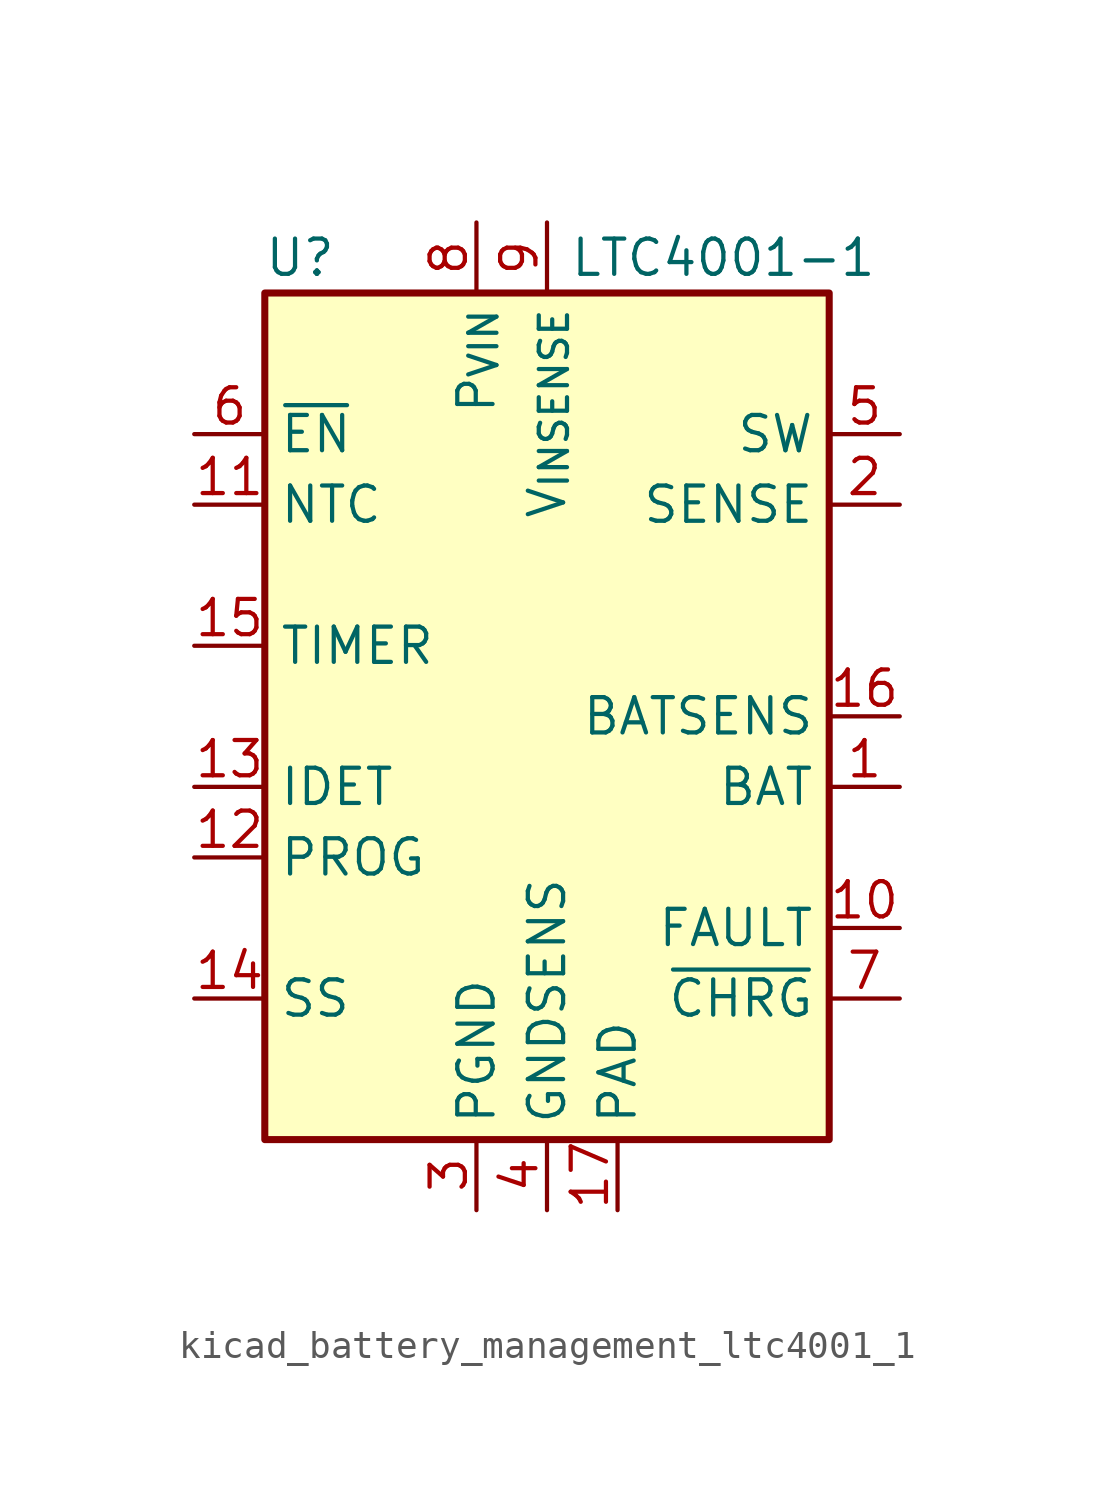
<source format=kicad_sym>
(kicad_symbol_lib
  (version 20220914)
  (generator kicad_symbol_editor)
  (symbol "kicad_battery_management_ltc4001_1"
    (property "Reference" "U"
      (at -8.89 16.51 0)
      (effects (font (size 1.27 1.27))))
    (property "Value" "LTC4001-1"
      (at 6.35 16.51 0)
      (effects (font (size 1.27 1.27))))
    (symbol "kicad_battery_management_ltc4001_1_0_1"
      (rectangle (start -10.16 15.24) (end 10.16 -15.24) (stroke (width 0.254) (type default)) (fill (type background))))
    (symbol "kicad_battery_management_ltc4001_1_1_1"
      (pin output line (at 12.7 -2.54 180) (length 2.54) (name "BAT" (effects (font (size 1.27 1.27)))) (number "1" (effects (font (size 1.27 1.27)))))
      (pin output line (at 12.7 -7.62 180) (length 2.54) (name "FAULT" (effects (font (size 1.27 1.27)))) (number "10" (effects (font (size 1.27 1.27)))))
      (pin input line (at -12.7 7.62 0) (length 2.54) (name "NTC" (effects (font (size 1.27 1.27)))) (number "11" (effects (font (size 1.27 1.27)))))
      (pin input line (at -12.7 -5.08 0) (length 2.54) (name "PROG" (effects (font (size 1.27 1.27)))) (number "12" (effects (font (size 1.27 1.27)))))
      (pin input line (at -12.7 -2.54 0) (length 2.54) (name "IDET" (effects (font (size 1.27 1.27)))) (number "13" (effects (font (size 1.27 1.27)))))
      (pin input line (at -12.7 -10.16 0) (length 2.54) (name "SS" (effects (font (size 1.27 1.27)))) (number "14" (effects (font (size 1.27 1.27)))))
      (pin input line (at -12.7 2.54 0) (length 2.54) (name "TIMER" (effects (font (size 1.27 1.27)))) (number "15" (effects (font (size 1.27 1.27)))))
      (pin input line (at 12.7 0 180) (length 2.54) (name "BATSENS" (effects (font (size 1.27 1.27)))) (number "16" (effects (font (size 1.27 1.27)))))
      (pin power_in line (at 2.54 -17.78 90) (length 2.54) (name "PAD" (effects (font (size 1.27 1.27)))) (number "17" (effects (font (size 1.27 1.27)))))
      (pin input line (at 12.7 7.62 180) (length 2.54) (name "SENSE" (effects (font (size 1.27 1.27)))) (number "2" (effects (font (size 1.27 1.27)))))
      (pin power_in line (at -2.54 -17.78 90) (length 2.54) (name "PGND" (effects (font (size 1.27 1.27)))) (number "3" (effects (font (size 1.27 1.27)))))
      (pin power_in line (at 0 -17.78 90) (length 2.54) (name "GNDSENS" (effects (font (size 1.27 1.27)))) (number "4" (effects (font (size 1.27 1.27)))))
      (pin output line (at 12.7 10.16 180) (length 2.54) (name "SW" (effects (font (size 1.27 1.27)))) (number "5" (effects (font (size 1.27 1.27)))))
      (pin input line (at -12.7 10.16 0) (length 2.54) (name "~{EN}" (effects (font (size 1.27 1.27)))) (number "6" (effects (font (size 1.27 1.27)))))
      (pin open_collector line (at 12.7 -10.16 180) (length 2.54) (name "~{CHRG}" (effects (font (size 1.27 1.27)))) (number "7" (effects (font (size 1.27 1.27)))))
      (pin power_in line (at -2.54 17.78 270) (length 2.54) (name "P_{VIN}" (effects (font (size 1.27 1.27)))) (number "8" (effects (font (size 1.27 1.27)))))
      (pin power_in line (at 0 17.78 270) (length 2.54) (name "V_{INSENSE}" (effects (font (size 1.27 1.27)))) (number "9" (effects (font (size 1.27 1.27))))))))
</source>
